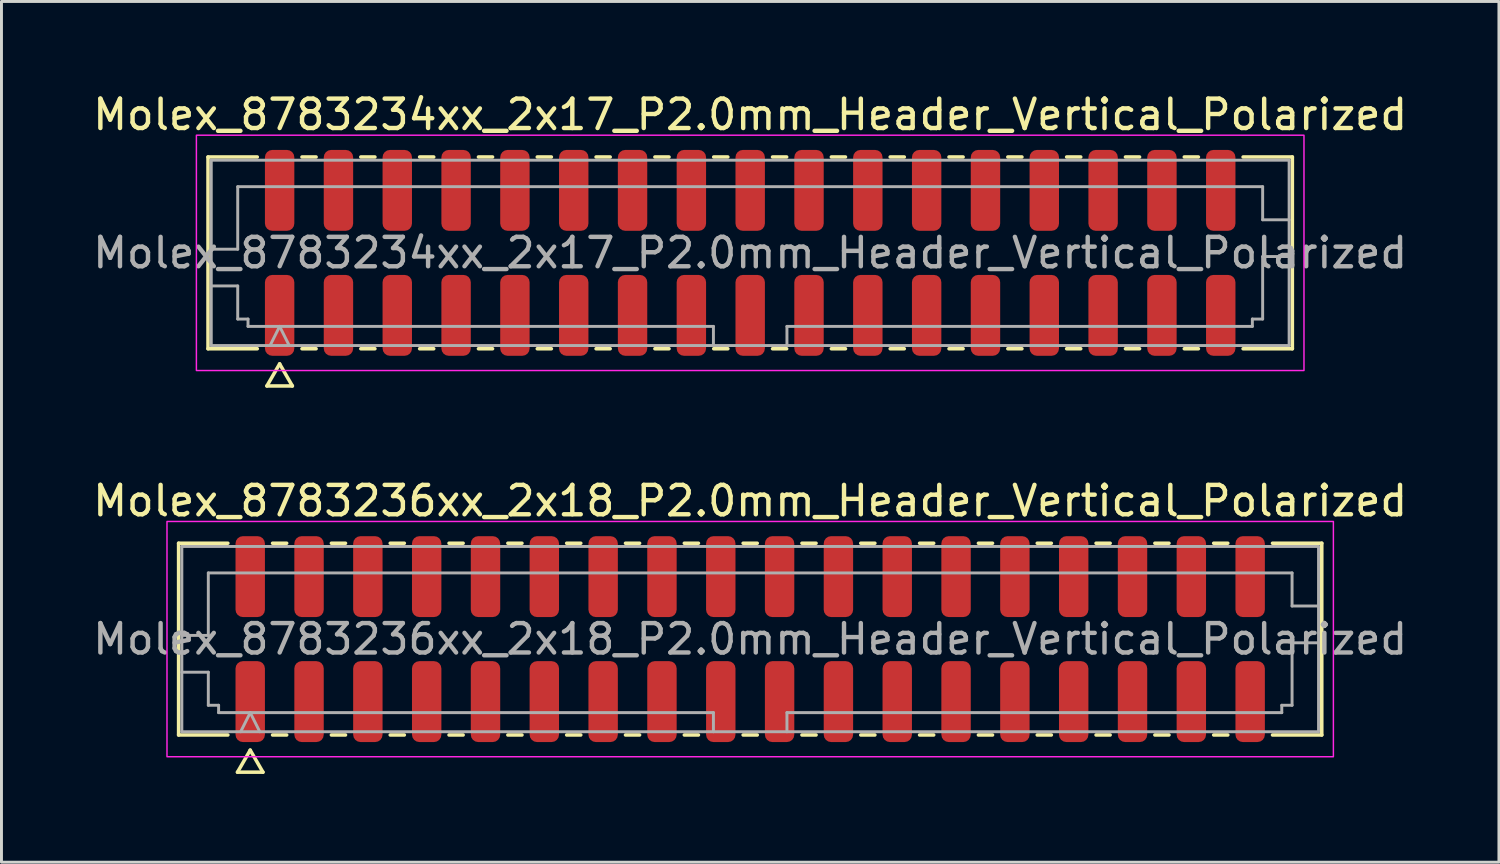
<source format=kicad_pcb>
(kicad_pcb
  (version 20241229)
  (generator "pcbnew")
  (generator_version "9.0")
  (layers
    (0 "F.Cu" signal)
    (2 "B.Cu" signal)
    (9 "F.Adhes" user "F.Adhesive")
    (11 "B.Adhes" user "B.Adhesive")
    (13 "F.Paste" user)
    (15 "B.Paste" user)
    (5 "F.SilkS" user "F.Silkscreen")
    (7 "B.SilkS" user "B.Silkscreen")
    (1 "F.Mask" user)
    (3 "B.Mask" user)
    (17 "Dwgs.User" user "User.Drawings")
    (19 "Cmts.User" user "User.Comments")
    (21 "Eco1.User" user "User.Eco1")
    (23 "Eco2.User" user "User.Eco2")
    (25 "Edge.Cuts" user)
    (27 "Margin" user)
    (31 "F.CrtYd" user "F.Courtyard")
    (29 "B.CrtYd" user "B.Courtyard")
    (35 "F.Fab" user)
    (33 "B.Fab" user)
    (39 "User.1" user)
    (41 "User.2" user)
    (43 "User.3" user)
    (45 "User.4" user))
  (footprint "Molex_8783234xx_2x17_P2.0mm_Header_Vertical_Polarized"
    (layer "F.Cu")
    (at 22.458 5.548)
    (property "Reference" "Molex_8783234xx_2x17_P2.0mm_Header_Vertical_Polarized" (at 0 -4.7 0) (layer "F.SilkS") (effects (font (size 1 1) (thickness 0.15))))
    (attr smd)
    (fp_line (start -18.435 -3.26) (end -16.76 -3.26) (stroke (width 0.12) (type solid)) (layer "F.SilkS"))
    (fp_line (start -18.435 3.26) (end -18.435 -3.26) (stroke (width 0.12) (type solid)) (layer "F.SilkS"))
    (fp_line (start -16.76 3.26) (end -18.435 3.26) (stroke (width 0.12) (type solid)) (layer "F.SilkS"))
    (fp_line (start -16.433 4.525) (end -16 3.775) (stroke (width 0.12) (type solid)) (layer "F.SilkS"))
    (fp_line (start -16 3.775) (end -15.567 4.525) (stroke (width 0.12) (type solid)) (layer "F.SilkS"))
    (fp_line (start -15.567 4.525) (end -16.433 4.525) (stroke (width 0.12) (type solid)) (layer "F.SilkS"))
    (fp_line (start -15.24 -3.26) (end -14.76 -3.26) (stroke (width 0.12) (type solid)) (layer "F.SilkS"))
    (fp_line (start -14.76 3.26) (end -15.24 3.26) (stroke (width 0.12) (type solid)) (layer "F.SilkS"))
    (fp_line (start -13.24 -3.26) (end -12.76 -3.26) (stroke (width 0.12) (type solid)) (layer "F.SilkS"))
    (fp_line (start -12.76 3.26) (end -13.24 3.26) (stroke (width 0.12) (type solid)) (layer "F.SilkS"))
    (fp_line (start -11.24 -3.26) (end -10.76 -3.26) (stroke (width 0.12) (type solid)) (layer "F.SilkS"))
    (fp_line (start -10.76 3.26) (end -11.24 3.26) (stroke (width 0.12) (type solid)) (layer "F.SilkS"))
    (fp_line (start -9.24 -3.26) (end -8.76 -3.26) (stroke (width 0.12) (type solid)) (layer "F.SilkS"))
    (fp_line (start -8.76 3.26) (end -9.24 3.26) (stroke (width 0.12) (type solid)) (layer "F.SilkS"))
    (fp_line (start -7.24 -3.26) (end -6.76 -3.26) (stroke (width 0.12) (type solid)) (layer "F.SilkS"))
    (fp_line (start -6.76 3.26) (end -7.24 3.26) (stroke (width 0.12) (type solid)) (layer "F.SilkS"))
    (fp_line (start -5.24 -3.26) (end -4.76 -3.26) (stroke (width 0.12) (type solid)) (layer "F.SilkS"))
    (fp_line (start -4.76 3.26) (end -5.24 3.26) (stroke (width 0.12) (type solid)) (layer "F.SilkS"))
    (fp_line (start -3.24 -3.26) (end -2.76 -3.26) (stroke (width 0.12) (type solid)) (layer "F.SilkS"))
    (fp_line (start -2.76 3.26) (end -3.24 3.26) (stroke (width 0.12) (type solid)) (layer "F.SilkS"))
    (fp_line (start -1.24 -3.26) (end -0.76 -3.26) (stroke (width 0.12) (type solid)) (layer "F.SilkS"))
    (fp_line (start -0.76 3.26) (end -1.24 3.26) (stroke (width 0.12) (type solid)) (layer "F.SilkS"))
    (fp_line (start 0.76 -3.26) (end 1.24 -3.26) (stroke (width 0.12) (type solid)) (layer "F.SilkS"))
    (fp_line (start 1.24 3.26) (end 0.76 3.26) (stroke (width 0.12) (type solid)) (layer "F.SilkS"))
    (fp_line (start 2.76 -3.26) (end 3.24 -3.26) (stroke (width 0.12) (type solid)) (layer "F.SilkS"))
    (fp_line (start 3.24 3.26) (end 2.76 3.26) (stroke (width 0.12) (type solid)) (layer "F.SilkS"))
    (fp_line (start 4.76 -3.26) (end 5.24 -3.26) (stroke (width 0.12) (type solid)) (layer "F.SilkS"))
    (fp_line (start 5.24 3.26) (end 4.76 3.26) (stroke (width 0.12) (type solid)) (layer "F.SilkS"))
    (fp_line (start 6.76 -3.26) (end 7.24 -3.26) (stroke (width 0.12) (type solid)) (layer "F.SilkS"))
    (fp_line (start 7.24 3.26) (end 6.76 3.26) (stroke (width 0.12) (type solid)) (layer "F.SilkS"))
    (fp_line (start 8.76 -3.26) (end 9.24 -3.26) (stroke (width 0.12) (type solid)) (layer "F.SilkS"))
    (fp_line (start 9.24 3.26) (end 8.76 3.26) (stroke (width 0.12) (type solid)) (layer "F.SilkS"))
    (fp_line (start 10.76 -3.26) (end 11.24 -3.26) (stroke (width 0.12) (type solid)) (layer "F.SilkS"))
    (fp_line (start 11.24 3.26) (end 10.76 3.26) (stroke (width 0.12) (type solid)) (layer "F.SilkS"))
    (fp_line (start 12.76 -3.26) (end 13.24 -3.26) (stroke (width 0.12) (type solid)) (layer "F.SilkS"))
    (fp_line (start 13.24 3.26) (end 12.76 3.26) (stroke (width 0.12) (type solid)) (layer "F.SilkS"))
    (fp_line (start 14.76 -3.26) (end 15.24 -3.26) (stroke (width 0.12) (type solid)) (layer "F.SilkS"))
    (fp_line (start 15.24 3.26) (end 14.76 3.26) (stroke (width 0.12) (type solid)) (layer "F.SilkS"))
    (fp_line (start 16.76 -3.26) (end 18.435 -3.26) (stroke (width 0.12) (type solid)) (layer "F.SilkS"))
    (fp_line (start 18.435 -3.26) (end 18.435 3.26) (stroke (width 0.12) (type solid)) (layer "F.SilkS"))
    (fp_line (start 18.435 3.26) (end 16.76 3.26) (stroke (width 0.12) (type solid)) (layer "F.SilkS"))
    (fp_rect (start -18.83 -4) (end 18.83 4) (stroke (width 0.05) (type solid)) (fill no) (layer "F.CrtYd"))
    (fp_line (start -18.325 -3.15) (end 18.325 -3.15) (stroke (width 0.1) (type solid)) (layer "F.Fab"))
    (fp_line (start -18.325 -0.125) (end -17.425 -0.125) (stroke (width 0.1) (type solid)) (layer "F.Fab"))
    (fp_line (start -18.325 1.125) (end -17.425 1.125) (stroke (width 0.1) (type solid)) (layer "F.Fab"))
    (fp_line (start -18.325 3.15) (end -18.325 -3.15) (stroke (width 0.1) (type solid)) (layer "F.Fab"))
    (fp_line (start -17.425 -2.25) (end 17.425 -2.25) (stroke (width 0.1) (type solid)) (layer "F.Fab"))
    (fp_line (start -17.425 -0.125) (end -17.425 -2.25) (stroke (width 0.1) (type solid)) (layer "F.Fab"))
    (fp_line (start -17.425 1.125) (end -17.425 2.25) (stroke (width 0.1) (type solid)) (layer "F.Fab"))
    (fp_line (start -17.425 2.25) (end -17.075 2.25) (stroke (width 0.1) (type solid)) (layer "F.Fab"))
    (fp_line (start -17.075 2.25) (end -17.075 2.5) (stroke (width 0.1) (type solid)) (layer "F.Fab"))
    (fp_line (start -17.075 2.5) (end -1.25 2.5) (stroke (width 0.1) (type solid)) (layer "F.Fab"))
    (fp_line (start -16.325 3.15) (end -16 2.5) (stroke (width 0.1) (type solid)) (layer "F.Fab"))
    (fp_line (start -16 2.5) (end -15.675 3.15) (stroke (width 0.1) (type solid)) (layer "F.Fab"))
    (fp_line (start -1.25 2.5) (end -1.25 3.15) (stroke (width 0.1) (type solid)) (layer "F.Fab"))
    (fp_line (start 1.25 2.5) (end 1.25 3.15) (stroke (width 0.1) (type solid)) (layer "F.Fab"))
    (fp_line (start 1.25 2.5) (end 17.075 2.5) (stroke (width 0.1) (type solid)) (layer "F.Fab"))
    (fp_line (start 17.075 2.25) (end 17.425 2.25) (stroke (width 0.1) (type solid)) (layer "F.Fab"))
    (fp_line (start 17.075 2.5) (end 17.075 2.25) (stroke (width 0.1) (type solid)) (layer "F.Fab"))
    (fp_line (start 17.425 -2.25) (end 17.425 -1.125) (stroke (width 0.1) (type solid)) (layer "F.Fab"))
    (fp_line (start 17.425 -1.125) (end 18.325 -1.125) (stroke (width 0.1) (type solid)) (layer "F.Fab"))
    (fp_line (start 17.425 0.125) (end 18.325 0.125) (stroke (width 0.1) (type solid)) (layer "F.Fab"))
    (fp_line (start 17.425 2.25) (end 17.425 0.125) (stroke (width 0.1) (type solid)) (layer "F.Fab"))
    (fp_line (start 18.325 -3.15) (end 18.325 3.15) (stroke (width 0.1) (type solid)) (layer "F.Fab"))
    (fp_line (start 18.325 3.15) (end -18.325 3.15) (stroke (width 0.1) (type solid)) (layer "F.Fab"))
    (fp_text user "${REFERENCE}" (at 0 0 0) (layer "F.Fab") (effects (font (size 1 1) (thickness 0.15))))
    (pad "1" smd roundrect (at -16 2.125) (size 1 2.75) (layers "F.Cu" "F.Mask" "F.Paste") (roundrect_rratio 0.25))
    (pad "2" smd roundrect (at -16 -2.125) (size 1 2.75) (layers "F.Cu" "F.Mask" "F.Paste") (roundrect_rratio 0.25))
    (pad "3" smd roundrect (at -14 2.125) (size 1 2.75) (layers "F.Cu" "F.Mask" "F.Paste") (roundrect_rratio 0.25))
    (pad "4" smd roundrect (at -14 -2.125) (size 1 2.75) (layers "F.Cu" "F.Mask" "F.Paste") (roundrect_rratio 0.25))
    (pad "5" smd roundrect (at -12 2.125) (size 1 2.75) (layers "F.Cu" "F.Mask" "F.Paste") (roundrect_rratio 0.25))
    (pad "6" smd roundrect (at -12 -2.125) (size 1 2.75) (layers "F.Cu" "F.Mask" "F.Paste") (roundrect_rratio 0.25))
    (pad "7" smd roundrect (at -10 2.125) (size 1 2.75) (layers "F.Cu" "F.Mask" "F.Paste") (roundrect_rratio 0.25))
    (pad "8" smd roundrect (at -10 -2.125) (size 1 2.75) (layers "F.Cu" "F.Mask" "F.Paste") (roundrect_rratio 0.25))
    (pad "9" smd roundrect (at -8 2.125) (size 1 2.75) (layers "F.Cu" "F.Mask" "F.Paste") (roundrect_rratio 0.25))
    (pad "10" smd roundrect (at -8 -2.125) (size 1 2.75) (layers "F.Cu" "F.Mask" "F.Paste") (roundrect_rratio 0.25))
    (pad "11" smd roundrect (at -6 2.125) (size 1 2.75) (layers "F.Cu" "F.Mask" "F.Paste") (roundrect_rratio 0.25))
    (pad "12" smd roundrect (at -6 -2.125) (size 1 2.75) (layers "F.Cu" "F.Mask" "F.Paste") (roundrect_rratio 0.25))
    (pad "13" smd roundrect (at -4 2.125) (size 1 2.75) (layers "F.Cu" "F.Mask" "F.Paste") (roundrect_rratio 0.25))
    (pad "14" smd roundrect (at -4 -2.125) (size 1 2.75) (layers "F.Cu" "F.Mask" "F.Paste") (roundrect_rratio 0.25))
    (pad "15" smd roundrect (at -2 2.125) (size 1 2.75) (layers "F.Cu" "F.Mask" "F.Paste") (roundrect_rratio 0.25))
    (pad "16" smd roundrect (at -2 -2.125) (size 1 2.75) (layers "F.Cu" "F.Mask" "F.Paste") (roundrect_rratio 0.25))
    (pad "17" smd roundrect (at 0 2.125) (size 1 2.75) (layers "F.Cu" "F.Mask" "F.Paste") (roundrect_rratio 0.25))
    (pad "18" smd roundrect (at 0 -2.125) (size 1 2.75) (layers "F.Cu" "F.Mask" "F.Paste") (roundrect_rratio 0.25))
    (pad "19" smd roundrect (at 2 2.125) (size 1 2.75) (layers "F.Cu" "F.Mask" "F.Paste") (roundrect_rratio 0.25))
    (pad "20" smd roundrect (at 2 -2.125) (size 1 2.75) (layers "F.Cu" "F.Mask" "F.Paste") (roundrect_rratio 0.25))
    (pad "21" smd roundrect (at 4 2.125) (size 1 2.75) (layers "F.Cu" "F.Mask" "F.Paste") (roundrect_rratio 0.25))
    (pad "22" smd roundrect (at 4 -2.125) (size 1 2.75) (layers "F.Cu" "F.Mask" "F.Paste") (roundrect_rratio 0.25))
    (pad "23" smd roundrect (at 6 2.125) (size 1 2.75) (layers "F.Cu" "F.Mask" "F.Paste") (roundrect_rratio 0.25))
    (pad "24" smd roundrect (at 6 -2.125) (size 1 2.75) (layers "F.Cu" "F.Mask" "F.Paste") (roundrect_rratio 0.25))
    (pad "25" smd roundrect (at 8 2.125) (size 1 2.75) (layers "F.Cu" "F.Mask" "F.Paste") (roundrect_rratio 0.25))
    (pad "26" smd roundrect (at 8 -2.125) (size 1 2.75) (layers "F.Cu" "F.Mask" "F.Paste") (roundrect_rratio 0.25))
    (pad "27" smd roundrect (at 10 2.125) (size 1 2.75) (layers "F.Cu" "F.Mask" "F.Paste") (roundrect_rratio 0.25))
    (pad "28" smd roundrect (at 10 -2.125) (size 1 2.75) (layers "F.Cu" "F.Mask" "F.Paste") (roundrect_rratio 0.25))
    (pad "29" smd roundrect (at 12 2.125) (size 1 2.75) (layers "F.Cu" "F.Mask" "F.Paste") (roundrect_rratio 0.25))
    (pad "30" smd roundrect (at 12 -2.125) (size 1 2.75) (layers "F.Cu" "F.Mask" "F.Paste") (roundrect_rratio 0.25))
    (pad "31" smd roundrect (at 14 2.125) (size 1 2.75) (layers "F.Cu" "F.Mask" "F.Paste") (roundrect_rratio 0.25))
    (pad "32" smd roundrect (at 14 -2.125) (size 1 2.75) (layers "F.Cu" "F.Mask" "F.Paste") (roundrect_rratio 0.25))
    (pad "33" smd roundrect (at 16 2.125) (size 1 2.75) (layers "F.Cu" "F.Mask" "F.Paste") (roundrect_rratio 0.25))
    (pad "34" smd roundrect (at 16 -2.125) (size 1 2.75) (layers "F.Cu" "F.Mask" "F.Paste") (roundrect_rratio 0.25)))
  (footprint "Molex_8783236xx_2x18_P2.0mm_Header_Vertical_Polarized"
    (layer "F.Cu")
    (at 22.458 18.681)
    (property "Reference" "Molex_8783236xx_2x18_P2.0mm_Header_Vertical_Polarized" (at 0 -4.7 0) (layer "F.SilkS") (effects (font (size 1 1) (thickness 0.15))))
    (attr smd)
    (fp_line (start -19.435 -3.26) (end -17.76 -3.26) (stroke (width 0.12) (type solid)) (layer "F.SilkS"))
    (fp_line (start -19.435 3.26) (end -19.435 -3.26) (stroke (width 0.12) (type solid)) (layer "F.SilkS"))
    (fp_line (start -17.76 3.26) (end -19.435 3.26) (stroke (width 0.12) (type solid)) (layer "F.SilkS"))
    (fp_line (start -17.433 4.525) (end -17 3.775) (stroke (width 0.12) (type solid)) (layer "F.SilkS"))
    (fp_line (start -17 3.775) (end -16.567 4.525) (stroke (width 0.12) (type solid)) (layer "F.SilkS"))
    (fp_line (start -16.567 4.525) (end -17.433 4.525) (stroke (width 0.12) (type solid)) (layer "F.SilkS"))
    (fp_line (start -16.24 -3.26) (end -15.76 -3.26) (stroke (width 0.12) (type solid)) (layer "F.SilkS"))
    (fp_line (start -15.76 3.26) (end -16.24 3.26) (stroke (width 0.12) (type solid)) (layer "F.SilkS"))
    (fp_line (start -14.24 -3.26) (end -13.76 -3.26) (stroke (width 0.12) (type solid)) (layer "F.SilkS"))
    (fp_line (start -13.76 3.26) (end -14.24 3.26) (stroke (width 0.12) (type solid)) (layer "F.SilkS"))
    (fp_line (start -12.24 -3.26) (end -11.76 -3.26) (stroke (width 0.12) (type solid)) (layer "F.SilkS"))
    (fp_line (start -11.76 3.26) (end -12.24 3.26) (stroke (width 0.12) (type solid)) (layer "F.SilkS"))
    (fp_line (start -10.24 -3.26) (end -9.76 -3.26) (stroke (width 0.12) (type solid)) (layer "F.SilkS"))
    (fp_line (start -9.76 3.26) (end -10.24 3.26) (stroke (width 0.12) (type solid)) (layer "F.SilkS"))
    (fp_line (start -8.24 -3.26) (end -7.76 -3.26) (stroke (width 0.12) (type solid)) (layer "F.SilkS"))
    (fp_line (start -7.76 3.26) (end -8.24 3.26) (stroke (width 0.12) (type solid)) (layer "F.SilkS"))
    (fp_line (start -6.24 -3.26) (end -5.76 -3.26) (stroke (width 0.12) (type solid)) (layer "F.SilkS"))
    (fp_line (start -5.76 3.26) (end -6.24 3.26) (stroke (width 0.12) (type solid)) (layer "F.SilkS"))
    (fp_line (start -4.24 -3.26) (end -3.76 -3.26) (stroke (width 0.12) (type solid)) (layer "F.SilkS"))
    (fp_line (start -3.76 3.26) (end -4.24 3.26) (stroke (width 0.12) (type solid)) (layer "F.SilkS"))
    (fp_line (start -2.24 -3.26) (end -1.76 -3.26) (stroke (width 0.12) (type solid)) (layer "F.SilkS"))
    (fp_line (start -1.76 3.26) (end -2.24 3.26) (stroke (width 0.12) (type solid)) (layer "F.SilkS"))
    (fp_line (start -0.24 -3.26) (end 0.24 -3.26) (stroke (width 0.12) (type solid)) (layer "F.SilkS"))
    (fp_line (start 0.24 3.26) (end -0.24 3.26) (stroke (width 0.12) (type solid)) (layer "F.SilkS"))
    (fp_line (start 1.76 -3.26) (end 2.24 -3.26) (stroke (width 0.12) (type solid)) (layer "F.SilkS"))
    (fp_line (start 2.24 3.26) (end 1.76 3.26) (stroke (width 0.12) (type solid)) (layer "F.SilkS"))
    (fp_line (start 3.76 -3.26) (end 4.24 -3.26) (stroke (width 0.12) (type solid)) (layer "F.SilkS"))
    (fp_line (start 4.24 3.26) (end 3.76 3.26) (stroke (width 0.12) (type solid)) (layer "F.SilkS"))
    (fp_line (start 5.76 -3.26) (end 6.24 -3.26) (stroke (width 0.12) (type solid)) (layer "F.SilkS"))
    (fp_line (start 6.24 3.26) (end 5.76 3.26) (stroke (width 0.12) (type solid)) (layer "F.SilkS"))
    (fp_line (start 7.76 -3.26) (end 8.24 -3.26) (stroke (width 0.12) (type solid)) (layer "F.SilkS"))
    (fp_line (start 8.24 3.26) (end 7.76 3.26) (stroke (width 0.12) (type solid)) (layer "F.SilkS"))
    (fp_line (start 9.76 -3.26) (end 10.24 -3.26) (stroke (width 0.12) (type solid)) (layer "F.SilkS"))
    (fp_line (start 10.24 3.26) (end 9.76 3.26) (stroke (width 0.12) (type solid)) (layer "F.SilkS"))
    (fp_line (start 11.76 -3.26) (end 12.24 -3.26) (stroke (width 0.12) (type solid)) (layer "F.SilkS"))
    (fp_line (start 12.24 3.26) (end 11.76 3.26) (stroke (width 0.12) (type solid)) (layer "F.SilkS"))
    (fp_line (start 13.76 -3.26) (end 14.24 -3.26) (stroke (width 0.12) (type solid)) (layer "F.SilkS"))
    (fp_line (start 14.24 3.26) (end 13.76 3.26) (stroke (width 0.12) (type solid)) (layer "F.SilkS"))
    (fp_line (start 15.76 -3.26) (end 16.24 -3.26) (stroke (width 0.12) (type solid)) (layer "F.SilkS"))
    (fp_line (start 16.24 3.26) (end 15.76 3.26) (stroke (width 0.12) (type solid)) (layer "F.SilkS"))
    (fp_line (start 17.76 -3.26) (end 19.435 -3.26) (stroke (width 0.12) (type solid)) (layer "F.SilkS"))
    (fp_line (start 19.435 -3.26) (end 19.435 3.26) (stroke (width 0.12) (type solid)) (layer "F.SilkS"))
    (fp_line (start 19.435 3.26) (end 17.76 3.26) (stroke (width 0.12) (type solid)) (layer "F.SilkS"))
    (fp_rect (start -19.83 -4) (end 19.83 4) (stroke (width 0.05) (type solid)) (fill no) (layer "F.CrtYd"))
    (fp_line (start -19.325 -3.15) (end 19.325 -3.15) (stroke (width 0.1) (type solid)) (layer "F.Fab"))
    (fp_line (start -19.325 -0.125) (end -18.425 -0.125) (stroke (width 0.1) (type solid)) (layer "F.Fab"))
    (fp_line (start -19.325 1.125) (end -18.425 1.125) (stroke (width 0.1) (type solid)) (layer "F.Fab"))
    (fp_line (start -19.325 3.15) (end -19.325 -3.15) (stroke (width 0.1) (type solid)) (layer "F.Fab"))
    (fp_line (start -18.425 -2.25) (end 18.425 -2.25) (stroke (width 0.1) (type solid)) (layer "F.Fab"))
    (fp_line (start -18.425 -0.125) (end -18.425 -2.25) (stroke (width 0.1) (type solid)) (layer "F.Fab"))
    (fp_line (start -18.425 1.125) (end -18.425 2.25) (stroke (width 0.1) (type solid)) (layer "F.Fab"))
    (fp_line (start -18.425 2.25) (end -18.075 2.25) (stroke (width 0.1) (type solid)) (layer "F.Fab"))
    (fp_line (start -18.075 2.25) (end -18.075 2.5) (stroke (width 0.1) (type solid)) (layer "F.Fab"))
    (fp_line (start -18.075 2.5) (end -1.25 2.5) (stroke (width 0.1) (type solid)) (layer "F.Fab"))
    (fp_line (start -17.325 3.15) (end -17 2.5) (stroke (width 0.1) (type solid)) (layer "F.Fab"))
    (fp_line (start -17 2.5) (end -16.675 3.15) (stroke (width 0.1) (type solid)) (layer "F.Fab"))
    (fp_line (start -1.25 2.5) (end -1.25 3.15) (stroke (width 0.1) (type solid)) (layer "F.Fab"))
    (fp_line (start 1.25 2.5) (end 1.25 3.15) (stroke (width 0.1) (type solid)) (layer "F.Fab"))
    (fp_line (start 1.25 2.5) (end 18.075 2.5) (stroke (width 0.1) (type solid)) (layer "F.Fab"))
    (fp_line (start 18.075 2.25) (end 18.425 2.25) (stroke (width 0.1) (type solid)) (layer "F.Fab"))
    (fp_line (start 18.075 2.5) (end 18.075 2.25) (stroke (width 0.1) (type solid)) (layer "F.Fab"))
    (fp_line (start 18.425 -2.25) (end 18.425 -1.125) (stroke (width 0.1) (type solid)) (layer "F.Fab"))
    (fp_line (start 18.425 -1.125) (end 19.325 -1.125) (stroke (width 0.1) (type solid)) (layer "F.Fab"))
    (fp_line (start 18.425 0.125) (end 19.325 0.125) (stroke (width 0.1) (type solid)) (layer "F.Fab"))
    (fp_line (start 18.425 2.25) (end 18.425 0.125) (stroke (width 0.1) (type solid)) (layer "F.Fab"))
    (fp_line (start 19.325 -3.15) (end 19.325 3.15) (stroke (width 0.1) (type solid)) (layer "F.Fab"))
    (fp_line (start 19.325 3.15) (end -19.325 3.15) (stroke (width 0.1) (type solid)) (layer "F.Fab"))
    (fp_text user "${REFERENCE}" (at 0 0 0) (layer "F.Fab") (effects (font (size 1 1) (thickness 0.15))))
    (pad "1" smd roundrect (at -17 2.125) (size 1 2.75) (layers "F.Cu" "F.Mask" "F.Paste") (roundrect_rratio 0.25))
    (pad "2" smd roundrect (at -17 -2.125) (size 1 2.75) (layers "F.Cu" "F.Mask" "F.Paste") (roundrect_rratio 0.25))
    (pad "3" smd roundrect (at -15 2.125) (size 1 2.75) (layers "F.Cu" "F.Mask" "F.Paste") (roundrect_rratio 0.25))
    (pad "4" smd roundrect (at -15 -2.125) (size 1 2.75) (layers "F.Cu" "F.Mask" "F.Paste") (roundrect_rratio 0.25))
    (pad "5" smd roundrect (at -13 2.125) (size 1 2.75) (layers "F.Cu" "F.Mask" "F.Paste") (roundrect_rratio 0.25))
    (pad "6" smd roundrect (at -13 -2.125) (size 1 2.75) (layers "F.Cu" "F.Mask" "F.Paste") (roundrect_rratio 0.25))
    (pad "7" smd roundrect (at -11 2.125) (size 1 2.75) (layers "F.Cu" "F.Mask" "F.Paste") (roundrect_rratio 0.25))
    (pad "8" smd roundrect (at -11 -2.125) (size 1 2.75) (layers "F.Cu" "F.Mask" "F.Paste") (roundrect_rratio 0.25))
    (pad "9" smd roundrect (at -9 2.125) (size 1 2.75) (layers "F.Cu" "F.Mask" "F.Paste") (roundrect_rratio 0.25))
    (pad "10" smd roundrect (at -9 -2.125) (size 1 2.75) (layers "F.Cu" "F.Mask" "F.Paste") (roundrect_rratio 0.25))
    (pad "11" smd roundrect (at -7 2.125) (size 1 2.75) (layers "F.Cu" "F.Mask" "F.Paste") (roundrect_rratio 0.25))
    (pad "12" smd roundrect (at -7 -2.125) (size 1 2.75) (layers "F.Cu" "F.Mask" "F.Paste") (roundrect_rratio 0.25))
    (pad "13" smd roundrect (at -5 2.125) (size 1 2.75) (layers "F.Cu" "F.Mask" "F.Paste") (roundrect_rratio 0.25))
    (pad "14" smd roundrect (at -5 -2.125) (size 1 2.75) (layers "F.Cu" "F.Mask" "F.Paste") (roundrect_rratio 0.25))
    (pad "15" smd roundrect (at -3 2.125) (size 1 2.75) (layers "F.Cu" "F.Mask" "F.Paste") (roundrect_rratio 0.25))
    (pad "16" smd roundrect (at -3 -2.125) (size 1 2.75) (layers "F.Cu" "F.Mask" "F.Paste") (roundrect_rratio 0.25))
    (pad "17" smd roundrect (at -1 2.125) (size 1 2.75) (layers "F.Cu" "F.Mask" "F.Paste") (roundrect_rratio 0.25))
    (pad "18" smd roundrect (at -1 -2.125) (size 1 2.75) (layers "F.Cu" "F.Mask" "F.Paste") (roundrect_rratio 0.25))
    (pad "19" smd roundrect (at 1 2.125) (size 1 2.75) (layers "F.Cu" "F.Mask" "F.Paste") (roundrect_rratio 0.25))
    (pad "20" smd roundrect (at 1 -2.125) (size 1 2.75) (layers "F.Cu" "F.Mask" "F.Paste") (roundrect_rratio 0.25))
    (pad "21" smd roundrect (at 3 2.125) (size 1 2.75) (layers "F.Cu" "F.Mask" "F.Paste") (roundrect_rratio 0.25))
    (pad "22" smd roundrect (at 3 -2.125) (size 1 2.75) (layers "F.Cu" "F.Mask" "F.Paste") (roundrect_rratio 0.25))
    (pad "23" smd roundrect (at 5 2.125) (size 1 2.75) (layers "F.Cu" "F.Mask" "F.Paste") (roundrect_rratio 0.25))
    (pad "24" smd roundrect (at 5 -2.125) (size 1 2.75) (layers "F.Cu" "F.Mask" "F.Paste") (roundrect_rratio 0.25))
    (pad "25" smd roundrect (at 7 2.125) (size 1 2.75) (layers "F.Cu" "F.Mask" "F.Paste") (roundrect_rratio 0.25))
    (pad "26" smd roundrect (at 7 -2.125) (size 1 2.75) (layers "F.Cu" "F.Mask" "F.Paste") (roundrect_rratio 0.25))
    (pad "27" smd roundrect (at 9 2.125) (size 1 2.75) (layers "F.Cu" "F.Mask" "F.Paste") (roundrect_rratio 0.25))
    (pad "28" smd roundrect (at 9 -2.125) (size 1 2.75) (layers "F.Cu" "F.Mask" "F.Paste") (roundrect_rratio 0.25))
    (pad "29" smd roundrect (at 11 2.125) (size 1 2.75) (layers "F.Cu" "F.Mask" "F.Paste") (roundrect_rratio 0.25))
    (pad "30" smd roundrect (at 11 -2.125) (size 1 2.75) (layers "F.Cu" "F.Mask" "F.Paste") (roundrect_rratio 0.25))
    (pad "31" smd roundrect (at 13 2.125) (size 1 2.75) (layers "F.Cu" "F.Mask" "F.Paste") (roundrect_rratio 0.25))
    (pad "32" smd roundrect (at 13 -2.125) (size 1 2.75) (layers "F.Cu" "F.Mask" "F.Paste") (roundrect_rratio 0.25))
    (pad "33" smd roundrect (at 15 2.125) (size 1 2.75) (layers "F.Cu" "F.Mask" "F.Paste") (roundrect_rratio 0.25))
    (pad "34" smd roundrect (at 15 -2.125) (size 1 2.75) (layers "F.Cu" "F.Mask" "F.Paste") (roundrect_rratio 0.25))
    (pad "35" smd roundrect (at 17 2.125) (size 1 2.75) (layers "F.Cu" "F.Mask" "F.Paste") (roundrect_rratio 0.25))
    (pad "36" smd roundrect (at 17 -2.125) (size 1 2.75) (layers "F.Cu" "F.Mask" "F.Paste") (roundrect_rratio 0.25)))
  (gr_rect
    (start -3 -3)
    (end 47.917 26.267)
    (stroke (width 0.1) (type default))
    (fill no)
    (layer "Edge.Cuts")))
</source>
